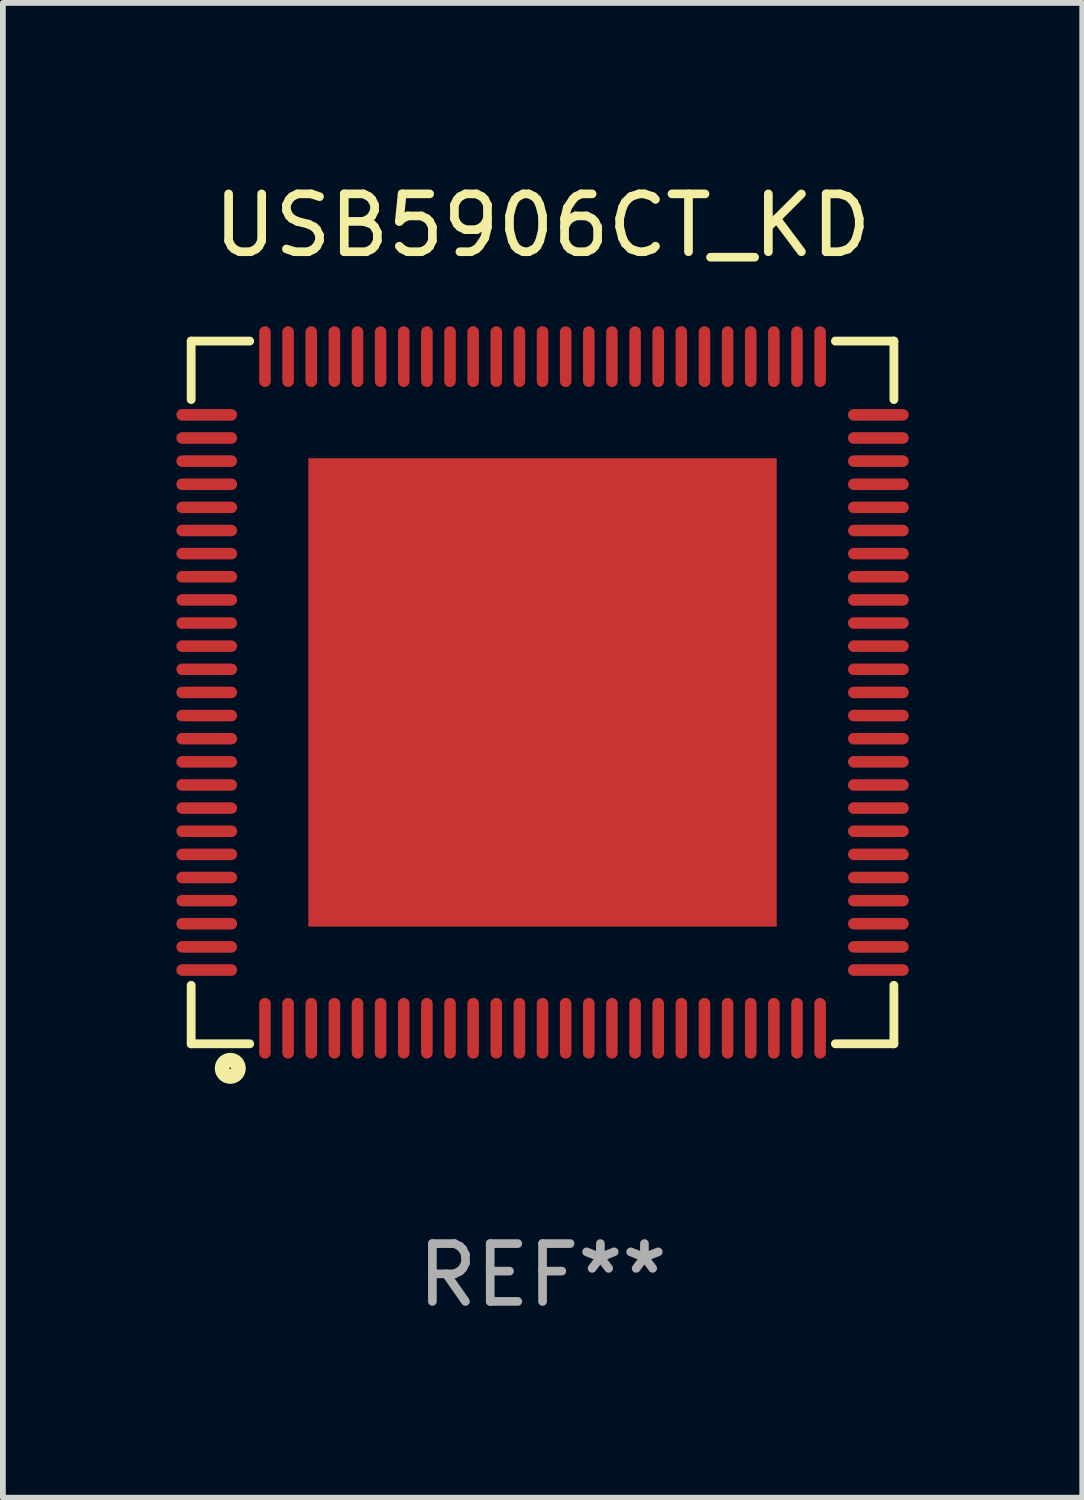
<source format=kicad_pcb>
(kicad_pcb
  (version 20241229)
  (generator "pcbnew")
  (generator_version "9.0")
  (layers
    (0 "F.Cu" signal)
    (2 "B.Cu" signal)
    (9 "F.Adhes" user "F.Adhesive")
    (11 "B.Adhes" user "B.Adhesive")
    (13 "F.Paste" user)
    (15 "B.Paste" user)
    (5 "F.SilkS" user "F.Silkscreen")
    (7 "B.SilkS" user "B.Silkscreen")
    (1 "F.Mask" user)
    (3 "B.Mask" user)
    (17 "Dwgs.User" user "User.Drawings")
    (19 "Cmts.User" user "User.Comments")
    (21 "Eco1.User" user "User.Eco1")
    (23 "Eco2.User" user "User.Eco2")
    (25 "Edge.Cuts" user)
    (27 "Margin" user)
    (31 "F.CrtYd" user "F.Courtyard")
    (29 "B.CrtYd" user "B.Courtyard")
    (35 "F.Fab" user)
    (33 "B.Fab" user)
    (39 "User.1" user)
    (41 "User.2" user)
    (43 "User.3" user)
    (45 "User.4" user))
  (footprint "USB5906CT_KD"
    (layer "F.Cu")
    (at 6.332 8.924)
    (property "Reference" "USB5906CT_KD" (at 0 -8.076 0) (layer "F.SilkS") (effects (font (size 1 1) (thickness 0.15))))
    (attr through_hole)
    (fp_line (start -6.076 -6.076) (end -6.076 -5.064) (stroke (width 0.152) (type solid)) (layer "F.SilkS"))
    (fp_line (start -6.076 6.076) (end -6.076 5.064) (stroke (width 0.152) (type solid)) (layer "F.SilkS"))
    (fp_line (start -5.064 -6.076) (end -6.076 -6.076) (stroke (width 0.152) (type solid)) (layer "F.SilkS"))
    (fp_line (start -5.064 6.076) (end -6.076 6.076) (stroke (width 0.152) (type solid)) (layer "F.SilkS"))
    (fp_line (start 5.064 -6.076) (end 6.076 -6.076) (stroke (width 0.152) (type solid)) (layer "F.SilkS"))
    (fp_line (start 5.064 6.076) (end 6.076 6.076) (stroke (width 0.152) (type solid)) (layer "F.SilkS"))
    (fp_line (start 6.076 -6.076) (end 6.076 -5.064) (stroke (width 0.152) (type solid)) (layer "F.SilkS"))
    (fp_line (start 6.076 6.076) (end 6.076 5.064) (stroke (width 0.152) (type solid)) (layer "F.SilkS"))
    (fp_circle (center -5.4 6.5) (end -5.259 6.5) (stroke (width 0.254) (type solid)) (fill no) (layer "F.SilkS"))
    (fp_text user "REF**" (at 0 10.076 0) (layer "F.Fab") (effects (font (size 1 1) (thickness 0.15))))
    (pad "1" smd oval (at -4.8 5.807 90) (size 1.05 0.2) (layers "F.Cu" "F.Mask" "F.Paste"))
    (pad "2" smd oval (at -4.4 5.807 90) (size 1.05 0.2) (layers "F.Cu" "F.Mask" "F.Paste"))
    (pad "3" smd oval (at -4 5.807 90) (size 1.05 0.2) (layers "F.Cu" "F.Mask" "F.Paste"))
    (pad "4" smd oval (at -3.6 5.807 90) (size 1.05 0.2) (layers "F.Cu" "F.Mask" "F.Paste"))
    (pad "5" smd oval (at -3.2 5.807 90) (size 1.05 0.2) (layers "F.Cu" "F.Mask" "F.Paste"))
    (pad "6" smd oval (at -2.8 5.807 90) (size 1.05 0.2) (layers "F.Cu" "F.Mask" "F.Paste"))
    (pad "7" smd oval (at -2.4 5.807 90) (size 1.05 0.2) (layers "F.Cu" "F.Mask" "F.Paste"))
    (pad "8" smd oval (at -2 5.807 90) (size 1.05 0.2) (layers "F.Cu" "F.Mask" "F.Paste"))
    (pad "9" smd oval (at -1.6 5.807 90) (size 1.05 0.2) (layers "F.Cu" "F.Mask" "F.Paste"))
    (pad "10" smd oval (at -1.2 5.807 90) (size 1.05 0.2) (layers "F.Cu" "F.Mask" "F.Paste"))
    (pad "11" smd oval (at -0.8 5.807 90) (size 1.05 0.2) (layers "F.Cu" "F.Mask" "F.Paste"))
    (pad "12" smd oval (at -0.4 5.807 90) (size 1.05 0.2) (layers "F.Cu" "F.Mask" "F.Paste"))
    (pad "13" smd oval (at 0 5.807 90) (size 1.05 0.2) (layers "F.Cu" "F.Mask" "F.Paste"))
    (pad "14" smd oval (at 0.4 5.807 90) (size 1.05 0.2) (layers "F.Cu" "F.Mask" "F.Paste"))
    (pad "15" smd oval (at 0.8 5.807 90) (size 1.05 0.2) (layers "F.Cu" "F.Mask" "F.Paste"))
    (pad "16" smd oval (at 1.2 5.807 90) (size 1.05 0.2) (layers "F.Cu" "F.Mask" "F.Paste"))
    (pad "17" smd oval (at 1.6 5.807 90) (size 1.05 0.2) (layers "F.Cu" "F.Mask" "F.Paste"))
    (pad "18" smd oval (at 2 5.807 90) (size 1.05 0.2) (layers "F.Cu" "F.Mask" "F.Paste"))
    (pad "19" smd oval (at 2.4 5.807 90) (size 1.05 0.2) (layers "F.Cu" "F.Mask" "F.Paste"))
    (pad "20" smd oval (at 2.8 5.807 90) (size 1.05 0.2) (layers "F.Cu" "F.Mask" "F.Paste"))
    (pad "21" smd oval (at 3.2 5.807 90) (size 1.05 0.2) (layers "F.Cu" "F.Mask" "F.Paste"))
    (pad "22" smd oval (at 3.6 5.807 90) (size 1.05 0.2) (layers "F.Cu" "F.Mask" "F.Paste"))
    (pad "23" smd oval (at 4 5.807 90) (size 1.05 0.2) (layers "F.Cu" "F.Mask" "F.Paste"))
    (pad "24" smd oval (at 4.4 5.807 90) (size 1.05 0.2) (layers "F.Cu" "F.Mask" "F.Paste"))
    (pad "25" smd oval (at 4.8 5.807 90) (size 1.05 0.2) (layers "F.Cu" "F.Mask" "F.Paste"))
    (pad "26" smd oval (at 5.807 4.8 90) (size 0.2 1.05) (layers "F.Cu" "F.Mask" "F.Paste"))
    (pad "27" smd oval (at 5.807 4.4 90) (size 0.2 1.05) (layers "F.Cu" "F.Mask" "F.Paste"))
    (pad "28" smd oval (at 5.807 4 90) (size 0.2 1.05) (layers "F.Cu" "F.Mask" "F.Paste"))
    (pad "29" smd oval (at 5.807 3.6 90) (size 0.2 1.05) (layers "F.Cu" "F.Mask" "F.Paste"))
    (pad "30" smd oval (at 5.807 3.2 90) (size 0.2 1.05) (layers "F.Cu" "F.Mask" "F.Paste"))
    (pad "31" smd oval (at 5.807 2.8 90) (size 0.2 1.05) (layers "F.Cu" "F.Mask" "F.Paste"))
    (pad "32" smd oval (at 5.807 2.4 90) (size 0.2 1.05) (layers "F.Cu" "F.Mask" "F.Paste"))
    (pad "33" smd oval (at 5.807 2 90) (size 0.2 1.05) (layers "F.Cu" "F.Mask" "F.Paste"))
    (pad "34" smd oval (at 5.807 1.6 90) (size 0.2 1.05) (layers "F.Cu" "F.Mask" "F.Paste"))
    (pad "35" smd oval (at 5.807 1.2 90) (size 0.2 1.05) (layers "F.Cu" "F.Mask" "F.Paste"))
    (pad "36" smd oval (at 5.807 0.8 90) (size 0.2 1.05) (layers "F.Cu" "F.Mask" "F.Paste"))
    (pad "37" smd oval (at 5.807 0.4 90) (size 0.2 1.05) (layers "F.Cu" "F.Mask" "F.Paste"))
    (pad "38" smd oval (at 5.807 0 90) (size 0.2 1.05) (layers "F.Cu" "F.Mask" "F.Paste"))
    (pad "39" smd oval (at 5.807 -0.4 90) (size 0.2 1.05) (layers "F.Cu" "F.Mask" "F.Paste"))
    (pad "40" smd oval (at 5.807 -0.8 90) (size 0.2 1.05) (layers "F.Cu" "F.Mask" "F.Paste"))
    (pad "41" smd oval (at 5.807 -1.2 90) (size 0.2 1.05) (layers "F.Cu" "F.Mask" "F.Paste"))
    (pad "42" smd oval (at 5.807 -1.6 90) (size 0.2 1.05) (layers "F.Cu" "F.Mask" "F.Paste"))
    (pad "43" smd oval (at 5.807 -2 90) (size 0.2 1.05) (layers "F.Cu" "F.Mask" "F.Paste"))
    (pad "44" smd oval (at 5.807 -2.4 90) (size 0.2 1.05) (layers "F.Cu" "F.Mask" "F.Paste"))
    (pad "45" smd oval (at 5.807 -2.8 90) (size 0.2 1.05) (layers "F.Cu" "F.Mask" "F.Paste"))
    (pad "46" smd oval (at 5.807 -3.2 90) (size 0.2 1.05) (layers "F.Cu" "F.Mask" "F.Paste"))
    (pad "47" smd oval (at 5.807 -3.6 90) (size 0.2 1.05) (layers "F.Cu" "F.Mask" "F.Paste"))
    (pad "48" smd oval (at 5.807 -4 90) (size 0.2 1.05) (layers "F.Cu" "F.Mask" "F.Paste"))
    (pad "49" smd oval (at 5.807 -4.4 90) (size 0.2 1.05) (layers "F.Cu" "F.Mask" "F.Paste"))
    (pad "50" smd oval (at 5.807 -4.8 90) (size 0.2 1.05) (layers "F.Cu" "F.Mask" "F.Paste"))
    (pad "51" smd oval (at 4.8 -5.807 90) (size 1.05 0.2) (layers "F.Cu" "F.Mask" "F.Paste"))
    (pad "52" smd oval (at 4.4 -5.807 90) (size 1.05 0.2) (layers "F.Cu" "F.Mask" "F.Paste"))
    (pad "53" smd oval (at 4 -5.807 90) (size 1.05 0.2) (layers "F.Cu" "F.Mask" "F.Paste"))
    (pad "54" smd oval (at 3.6 -5.807 90) (size 1.05 0.2) (layers "F.Cu" "F.Mask" "F.Paste"))
    (pad "55" smd oval (at 3.2 -5.807 90) (size 1.05 0.2) (layers "F.Cu" "F.Mask" "F.Paste"))
    (pad "56" smd oval (at 2.8 -5.807 90) (size 1.05 0.2) (layers "F.Cu" "F.Mask" "F.Paste"))
    (pad "57" smd oval (at 2.4 -5.807 90) (size 1.05 0.2) (layers "F.Cu" "F.Mask" "F.Paste"))
    (pad "58" smd oval (at 2 -5.807 90) (size 1.05 0.2) (layers "F.Cu" "F.Mask" "F.Paste"))
    (pad "59" smd oval (at 1.6 -5.807 90) (size 1.05 0.2) (layers "F.Cu" "F.Mask" "F.Paste"))
    (pad "60" smd oval (at 1.2 -5.807 90) (size 1.05 0.2) (layers "F.Cu" "F.Mask" "F.Paste"))
    (pad "61" smd oval (at 0.8 -5.807 90) (size 1.05 0.2) (layers "F.Cu" "F.Mask" "F.Paste"))
    (pad "62" smd oval (at 0.4 -5.807 90) (size 1.05 0.2) (layers "F.Cu" "F.Mask" "F.Paste"))
    (pad "63" smd oval (at 0 -5.807 90) (size 1.05 0.2) (layers "F.Cu" "F.Mask" "F.Paste"))
    (pad "64" smd oval (at -0.4 -5.807 90) (size 1.05 0.2) (layers "F.Cu" "F.Mask" "F.Paste"))
    (pad "65" smd oval (at -0.8 -5.807 90) (size 1.05 0.2) (layers "F.Cu" "F.Mask" "F.Paste"))
    (pad "66" smd oval (at -1.2 -5.807 90) (size 1.05 0.2) (layers "F.Cu" "F.Mask" "F.Paste"))
    (pad "67" smd oval (at -1.6 -5.807 90) (size 1.05 0.2) (layers "F.Cu" "F.Mask" "F.Paste"))
    (pad "68" smd oval (at -2 -5.807 90) (size 1.05 0.2) (layers "F.Cu" "F.Mask" "F.Paste"))
    (pad "69" smd oval (at -2.4 -5.807 90) (size 1.05 0.2) (layers "F.Cu" "F.Mask" "F.Paste"))
    (pad "70" smd oval (at -2.8 -5.807 90) (size 1.05 0.2) (layers "F.Cu" "F.Mask" "F.Paste"))
    (pad "71" smd oval (at -3.2 -5.807 90) (size 1.05 0.2) (layers "F.Cu" "F.Mask" "F.Paste"))
    (pad "72" smd oval (at -3.6 -5.807 90) (size 1.05 0.2) (layers "F.Cu" "F.Mask" "F.Paste"))
    (pad "73" smd oval (at -4 -5.807 90) (size 1.05 0.2) (layers "F.Cu" "F.Mask" "F.Paste"))
    (pad "74" smd oval (at -4.4 -5.807 90) (size 1.05 0.2) (layers "F.Cu" "F.Mask" "F.Paste"))
    (pad "75" smd oval (at -4.8 -5.807 90) (size 1.05 0.2) (layers "F.Cu" "F.Mask" "F.Paste"))
    (pad "76" smd oval (at -5.807 -4.8 90) (size 0.2 1.05) (layers "F.Cu" "F.Mask" "F.Paste"))
    (pad "77" smd oval (at -5.807 -4.4 90) (size 0.2 1.05) (layers "F.Cu" "F.Mask" "F.Paste"))
    (pad "78" smd oval (at -5.807 -4 90) (size 0.2 1.05) (layers "F.Cu" "F.Mask" "F.Paste"))
    (pad "79" smd oval (at -5.807 -3.6 90) (size 0.2 1.05) (layers "F.Cu" "F.Mask" "F.Paste"))
    (pad "80" smd oval (at -5.807 -3.2 90) (size 0.2 1.05) (layers "F.Cu" "F.Mask" "F.Paste"))
    (pad "81" smd oval (at -5.807 -2.8 90) (size 0.2 1.05) (layers "F.Cu" "F.Mask" "F.Paste"))
    (pad "82" smd oval (at -5.807 -2.4 90) (size 0.2 1.05) (layers "F.Cu" "F.Mask" "F.Paste"))
    (pad "83" smd oval (at -5.807 -2 90) (size 0.2 1.05) (layers "F.Cu" "F.Mask" "F.Paste"))
    (pad "84" smd oval (at -5.807 -1.6 90) (size 0.2 1.05) (layers "F.Cu" "F.Mask" "F.Paste"))
    (pad "85" smd oval (at -5.807 -1.2 90) (size 0.2 1.05) (layers "F.Cu" "F.Mask" "F.Paste"))
    (pad "86" smd oval (at -5.807 -0.8 90) (size 0.2 1.05) (layers "F.Cu" "F.Mask" "F.Paste"))
    (pad "87" smd oval (at -5.807 -0.4 90) (size 0.2 1.05) (layers "F.Cu" "F.Mask" "F.Paste"))
    (pad "88" smd oval (at -5.807 0 90) (size 0.2 1.05) (layers "F.Cu" "F.Mask" "F.Paste"))
    (pad "89" smd oval (at -5.807 0.4 90) (size 0.2 1.05) (layers "F.Cu" "F.Mask" "F.Paste"))
    (pad "90" smd oval (at -5.807 0.8 90) (size 0.2 1.05) (layers "F.Cu" "F.Mask" "F.Paste"))
    (pad "91" smd oval (at -5.807 1.2 90) (size 0.2 1.05) (layers "F.Cu" "F.Mask" "F.Paste"))
    (pad "92" smd oval (at -5.807 1.6 90) (size 0.2 1.05) (layers "F.Cu" "F.Mask" "F.Paste"))
    (pad "93" smd oval (at -5.807 2 90) (size 0.2 1.05) (layers "F.Cu" "F.Mask" "F.Paste"))
    (pad "94" smd oval (at -5.807 2.4 90) (size 0.2 1.05) (layers "F.Cu" "F.Mask" "F.Paste"))
    (pad "95" smd oval (at -5.807 2.8 90) (size 0.2 1.05) (layers "F.Cu" "F.Mask" "F.Paste"))
    (pad "96" smd oval (at -5.807 3.2 90) (size 0.2 1.05) (layers "F.Cu" "F.Mask" "F.Paste"))
    (pad "97" smd oval (at -5.807 3.6 90) (size 0.2 1.05) (layers "F.Cu" "F.Mask" "F.Paste"))
    (pad "98" smd oval (at -5.807 4 90) (size 0.2 1.05) (layers "F.Cu" "F.Mask" "F.Paste"))
    (pad "99" smd oval (at -5.807 4.4 90) (size 0.2 1.05) (layers "F.Cu" "F.Mask" "F.Paste"))
    (pad "100" smd oval (at -5.807 4.8 90) (size 0.2 1.05) (layers "F.Cu" "F.Mask" "F.Paste"))
    (pad "101" smd rect (at 0 0 90) (size 8.1 8.1) (layers "F.Cu" "F.Mask" "F.Paste")))
  (gr_rect
    (start -3 -3)
    (end 15.665 22.849)
    (stroke (width 0.1) (type default))
    (fill no)
    (layer "Edge.Cuts")))
</source>
